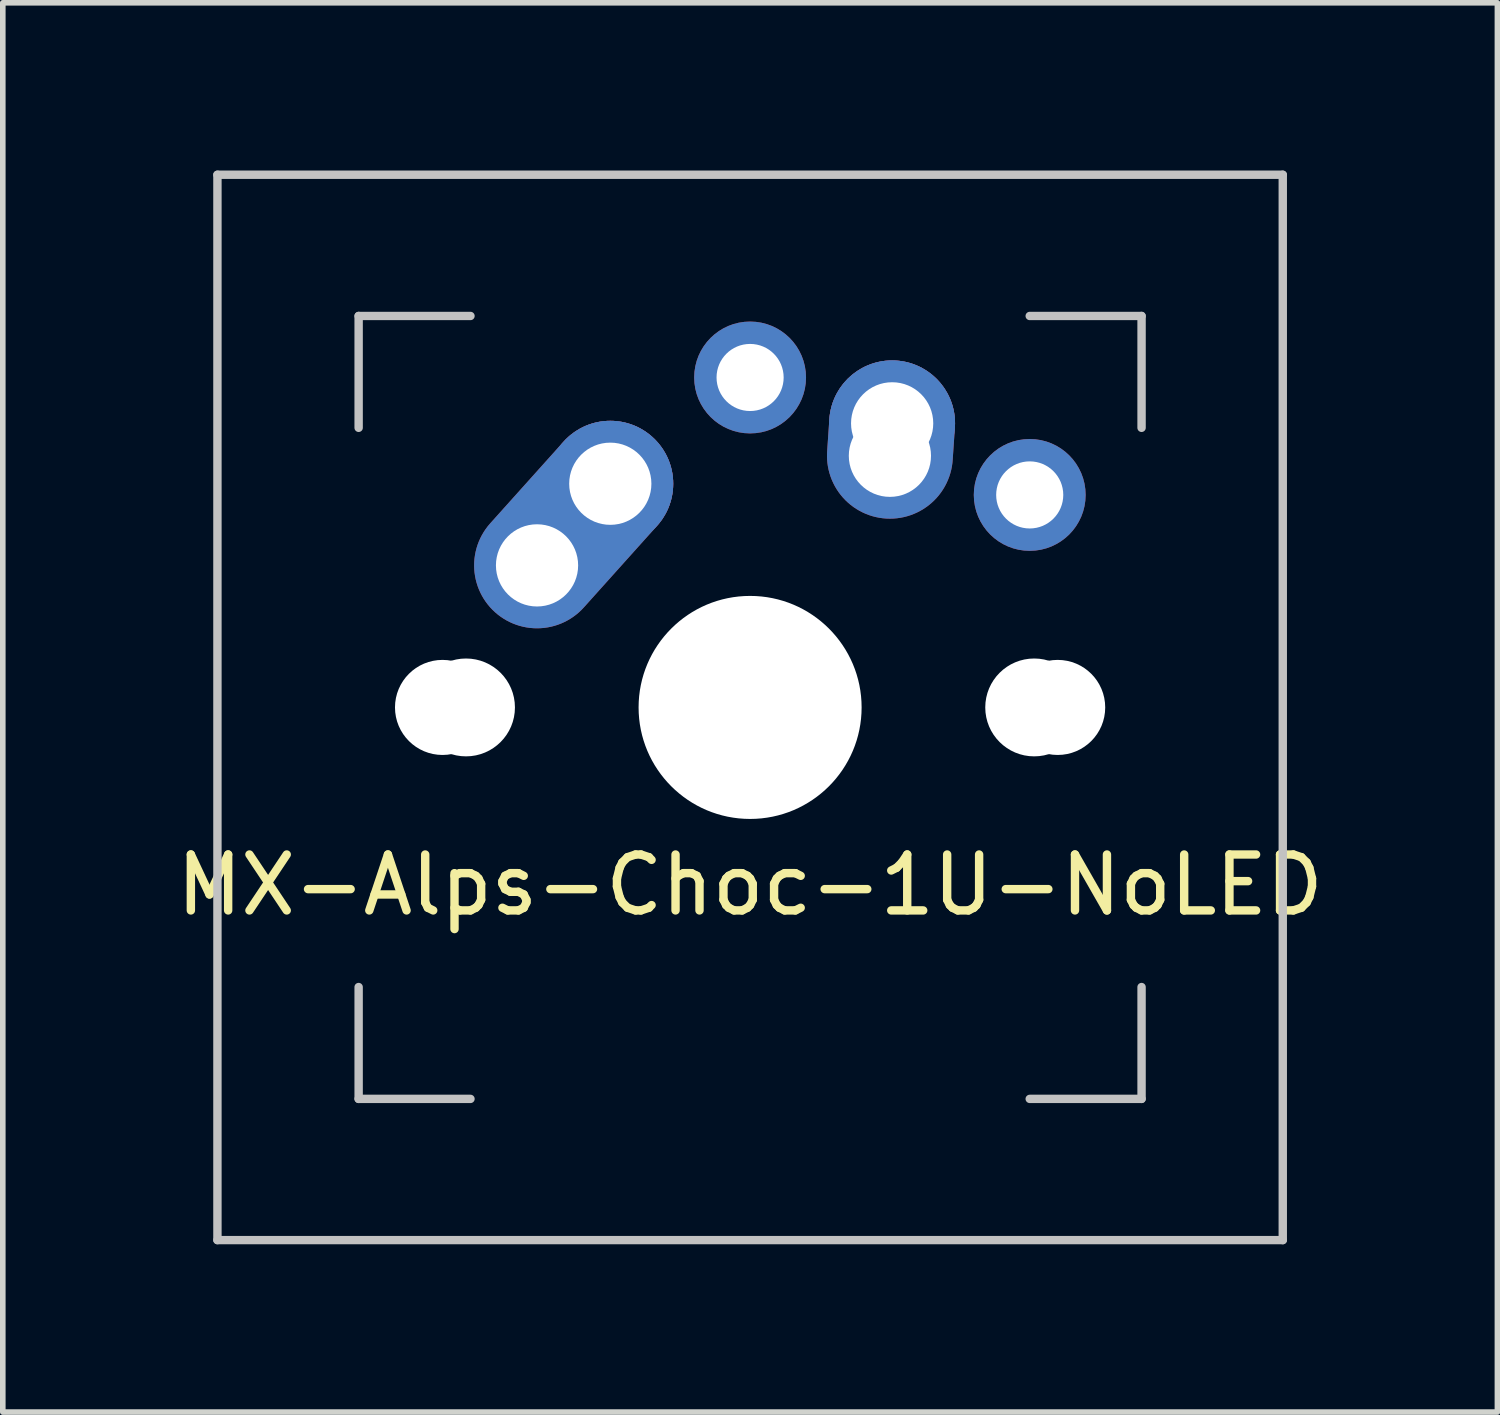
<source format=kicad_pcb>
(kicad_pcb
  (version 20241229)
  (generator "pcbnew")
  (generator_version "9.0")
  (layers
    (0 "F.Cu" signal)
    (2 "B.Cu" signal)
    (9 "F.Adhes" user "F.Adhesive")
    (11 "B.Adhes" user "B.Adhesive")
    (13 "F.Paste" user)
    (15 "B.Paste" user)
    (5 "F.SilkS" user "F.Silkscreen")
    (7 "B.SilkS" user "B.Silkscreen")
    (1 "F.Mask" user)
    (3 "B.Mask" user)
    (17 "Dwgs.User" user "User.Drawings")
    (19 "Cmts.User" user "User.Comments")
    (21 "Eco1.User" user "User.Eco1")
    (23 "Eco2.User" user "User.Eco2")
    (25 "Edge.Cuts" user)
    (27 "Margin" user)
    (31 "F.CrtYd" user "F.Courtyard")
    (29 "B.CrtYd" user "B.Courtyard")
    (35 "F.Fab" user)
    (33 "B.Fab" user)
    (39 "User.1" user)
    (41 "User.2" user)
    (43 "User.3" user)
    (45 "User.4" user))
  (footprint "MX-Alps-Choc-1U-NoLED"
    (layer "F.Cu")
    (at 10.363 9.6)
    (property "Reference" "MX-Alps-Choc-1U-NoLED" (at 0 3.175 0) (layer "F.SilkS") (effects (font (size 1 1) (thickness 0.15))))
    (attr through_hole)
    (fp_line (start -9.525 -9.525) (end 9.525 -9.525) (stroke (width 0.15) (type solid)) (layer "Dwgs.User"))
    (fp_line (start -9.525 9.525) (end -9.525 -9.525) (stroke (width 0.15) (type solid)) (layer "Dwgs.User"))
    (fp_line (start -7 -7) (end -7 -5) (stroke (width 0.15) (type solid)) (layer "Dwgs.User"))
    (fp_line (start -7 5) (end -7 7) (stroke (width 0.15) (type solid)) (layer "Dwgs.User"))
    (fp_line (start -7 7) (end -5 7) (stroke (width 0.15) (type solid)) (layer "Dwgs.User"))
    (fp_line (start -5 -7) (end -7 -7) (stroke (width 0.15) (type solid)) (layer "Dwgs.User"))
    (fp_line (start 5 -7) (end 7 -7) (stroke (width 0.15) (type solid)) (layer "Dwgs.User"))
    (fp_line (start 5 7) (end 7 7) (stroke (width 0.15) (type solid)) (layer "Dwgs.User"))
    (fp_line (start 7 -7) (end 7 -5) (stroke (width 0.15) (type solid)) (layer "Dwgs.User"))
    (fp_line (start 7 7) (end 7 5) (stroke (width 0.15) (type solid)) (layer "Dwgs.User"))
    (fp_line (start 9.525 -9.525) (end 9.525 9.525) (stroke (width 0.15) (type solid)) (layer "Dwgs.User"))
    (fp_line (start 9.525 9.525) (end -9.525 9.525) (stroke (width 0.15) (type solid)) (layer "Dwgs.User"))
    (pad "" np_thru_hole circle (at -5.5 0 48.1) (size 1.7 1.7) (drill 1.7) (layers "*.Cu" "*.Mask"))
    (pad "" np_thru_hole circle (at -5.08 0 48.1) (size 1.75 1.75) (drill 1.75) (layers "*.Cu" "*.Mask"))
    (pad "" np_thru_hole circle (at 0 0) (size 3.988 3.988) (drill 3.988) (layers "*.Cu" "*.Mask"))
    (pad "" np_thru_hole circle (at 5.08 0 48.1) (size 1.75 1.75) (drill 1.75) (layers "*.Cu" "*.Mask"))
    (pad "" np_thru_hole circle (at 5.5 0 48.1) (size 1.7 1.7) (drill 1.7) (layers "*.Cu" "*.Mask"))
    (pad "1" thru_hole oval (at 2.5 -4.5 86.1) (size 2.831 2.25) (drill 1.47 (offset 0.291 0)) (layers "*.Cu" "*.Mask"))
    (pad "1" thru_hole circle (at 2.54 -5.08) (size 2.25 2.25) (drill 1.47) (layers "*.Cu" "*.Mask"))
    (pad "1" thru_hole circle (at 5 -3.8) (size 2 2) (drill 1.2) (layers "*.Cu" "*.Mask"))
    (pad "2" thru_hole oval (at -3.81 -2.54 48.1) (size 4.212 2.25) (drill 1.47 (offset 0.981 0)) (layers "*.Cu" "*.Mask"))
    (pad "2" thru_hole circle (at -2.5 -4) (size 2.25 2.25) (drill 1.47) (layers "*.Cu" "*.Mask"))
    (pad "2" thru_hole circle (at 0 -5.9) (size 2 2) (drill 1.2) (layers "*.Cu" "*.Mask")))
  (gr_rect
    (start -3 -3)
    (end 23.726 22.2)
    (stroke (width 0.1) (type default))
    (fill no)
    (layer "Edge.Cuts")))
</source>
